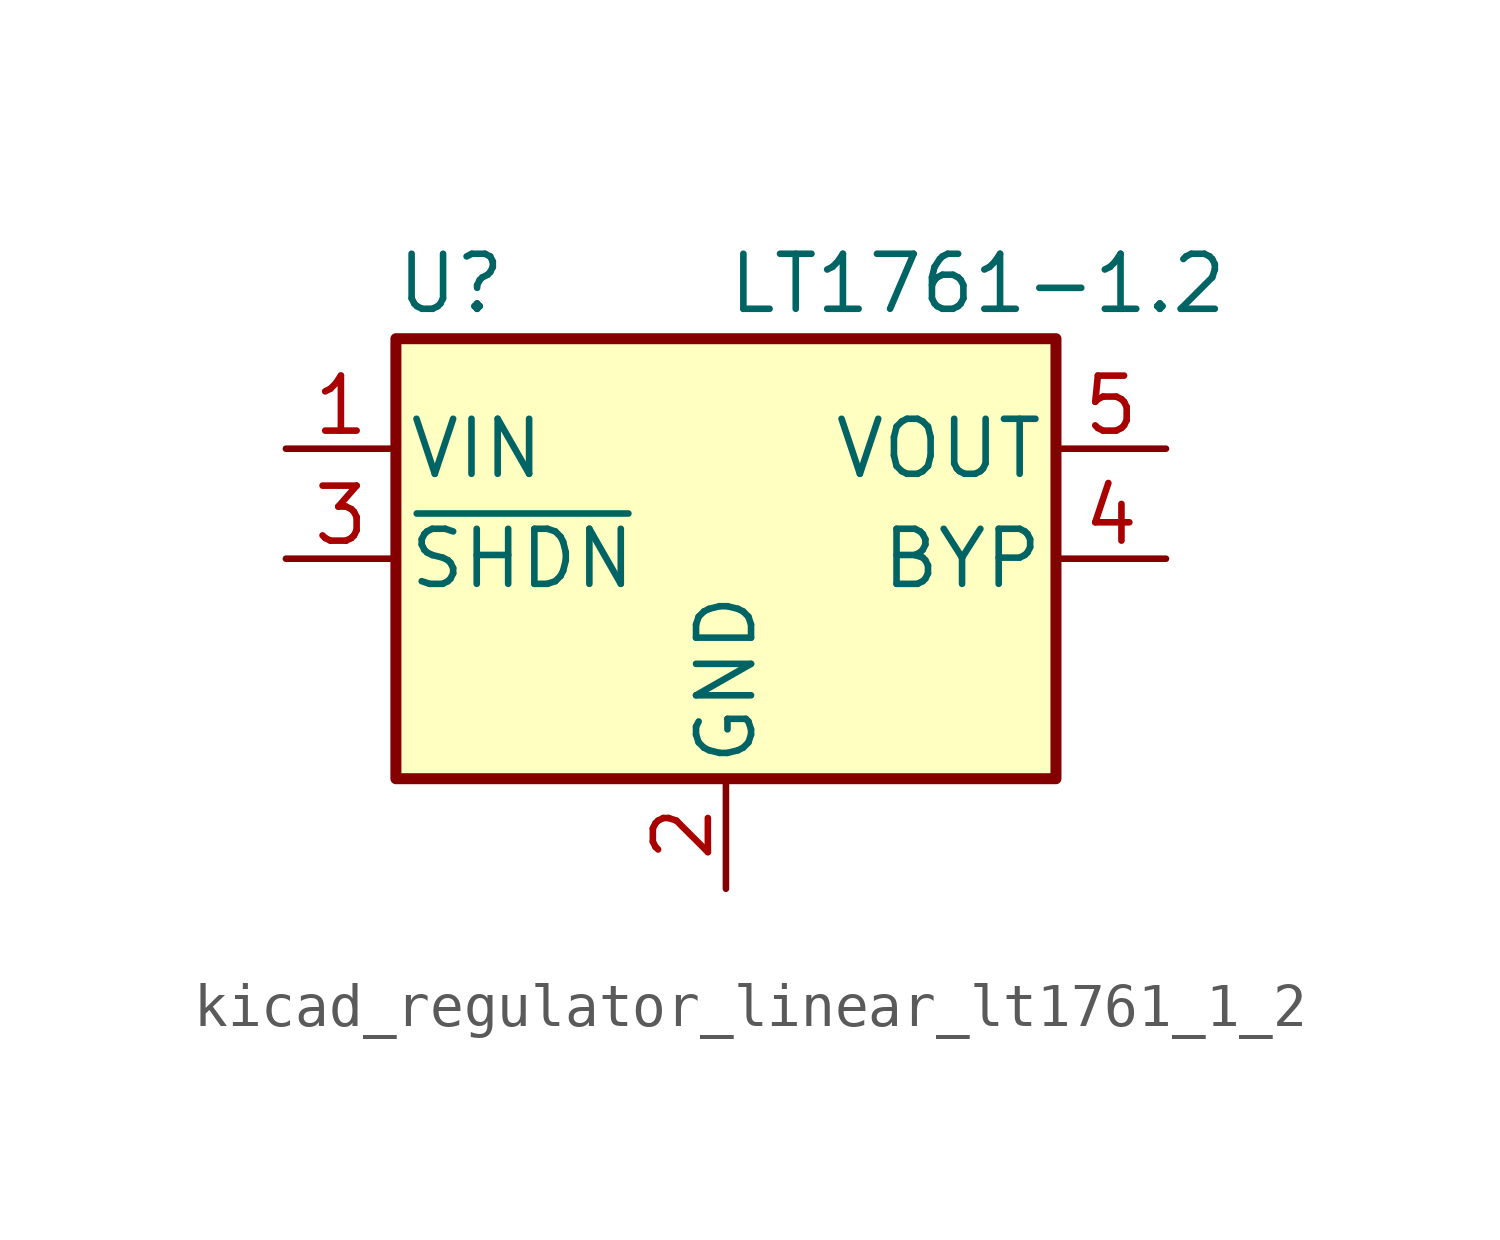
<source format=kicad_sym>
(kicad_symbol_lib
  (version 20220914)
  (generator kicad_symbol_editor)
  (symbol "kicad_regulator_linear_lt1761_1_2"
    (pin_names
      (offset 0.254))
    (property "Reference" "U"
      (at -6.35 6.35 0)
      (effects (font (size 1.27 1.27))))
    (property "Value" "LT1761-1.2"
      (at 0 6.35 0)
      (effects (font (size 1.27 1.27)) (justify left)))
    (symbol "kicad_regulator_linear_lt1761_1_2_0_1"
      (rectangle (start -7.62 5.08) (end 7.62 -5.08) (stroke (width 0.254) (type default)) (fill (type background))))
    (symbol "kicad_regulator_linear_lt1761_1_2_1_1"
      (pin power_in line (at -10.16 2.54 0) (length 2.54) (name "VIN" (effects (font (size 1.27 1.27)))) (number "1" (effects (font (size 1.27 1.27)))))
      (pin power_in line (at 0 -7.62 90) (length 2.54) (name "GND" (effects (font (size 1.27 1.27)))) (number "2" (effects (font (size 1.27 1.27)))))
      (pin input line (at -10.16 0 0) (length 2.54) (name "~{SHDN}" (effects (font (size 1.27 1.27)))) (number "3" (effects (font (size 1.27 1.27)))))
      (pin passive line (at 10.16 0 180) (length 2.54) (name "BYP" (effects (font (size 1.27 1.27)))) (number "4" (effects (font (size 1.27 1.27)))))
      (pin power_out line (at 10.16 2.54 180) (length 2.54) (name "VOUT" (effects (font (size 1.27 1.27)))) (number "5" (effects (font (size 1.27 1.27))))))))
</source>
